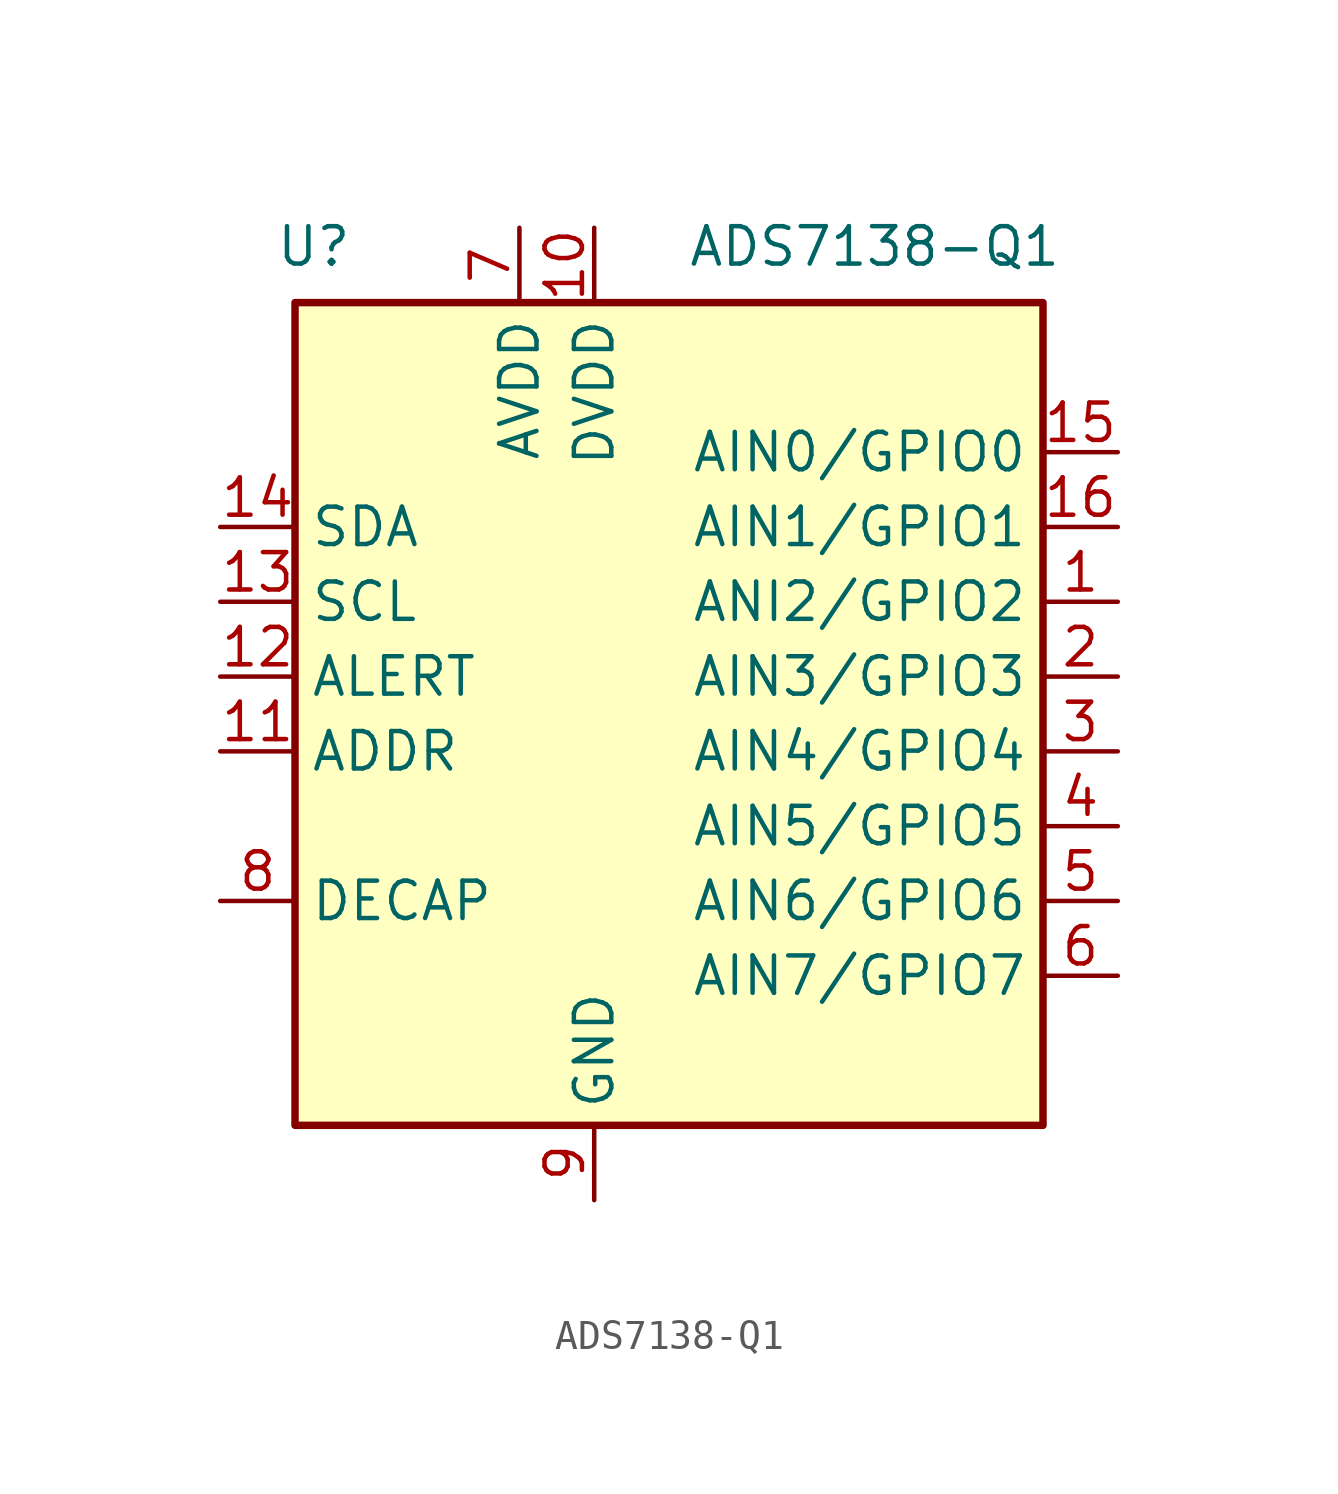
<source format=kicad_sym>
(kicad_symbol_lib
  (version 20220914)
  (generator kicad_symbol_editor)
  (symbol "ADS7138-Q1"
    (property "Reference" "U"
      (at -12.065 14.605 0)
      (effects (font (size 1.27 1.27))))
    (property "Value" "ADS7138-Q1"
      (at 6.985 14.605 0)
      (effects (font (size 1.27 1.27))))
    (symbol "ADS7138-Q1_0_0"
      (pin bidirectional line (at 15.24 2.54 180) (length 2.54) (name "ANI2/GPIO2" (effects (font (size 1.27 1.27)))) (number "1" (effects (font (size 1.27 1.27)))))
      (pin power_in line (at -2.54 15.24 270) (length 2.54) (name "DVDD" (effects (font (size 1.27 1.27)))) (number "10" (effects (font (size 1.27 1.27)))))
      (pin input line (at -15.24 -2.54 0) (length 2.54) (name "ADDR" (effects (font (size 1.27 1.27)))) (number "11" (effects (font (size 1.27 1.27)))))
      (pin output line (at -15.24 0 0) (length 2.54) (name "ALERT" (effects (font (size 1.27 1.27)))) (number "12" (effects (font (size 1.27 1.27)))))
      (pin input line (at -15.24 2.54 0) (length 2.54) (name "SCL" (effects (font (size 1.27 1.27)))) (number "13" (effects (font (size 1.27 1.27)))))
      (pin bidirectional line (at -15.24 5.08 0) (length 2.54) (name "SDA" (effects (font (size 1.27 1.27)))) (number "14" (effects (font (size 1.27 1.27)))))
      (pin bidirectional line (at 15.24 7.62 180) (length 2.54) (name "AIN0/GPIO0" (effects (font (size 1.27 1.27)))) (number "15" (effects (font (size 1.27 1.27)))))
      (pin bidirectional line (at 15.24 5.08 180) (length 2.54) (name "AIN1/GPIO1" (effects (font (size 1.27 1.27)))) (number "16" (effects (font (size 1.27 1.27)))))
      (pin bidirectional line (at 15.24 0 180) (length 2.54) (name "AIN3/GPIO3" (effects (font (size 1.27 1.27)))) (number "2" (effects (font (size 1.27 1.27)))))
      (pin bidirectional line (at 15.24 -2.54 180) (length 2.54) (name "AIN4/GPIO4" (effects (font (size 1.27 1.27)))) (number "3" (effects (font (size 1.27 1.27)))))
      (pin bidirectional line (at 15.24 -5.08 180) (length 2.54) (name "AIN5/GPIO5" (effects (font (size 1.27 1.27)))) (number "4" (effects (font (size 1.27 1.27)))))
      (pin bidirectional line (at 15.24 -7.62 180) (length 2.54) (name "AIN6/GPIO6" (effects (font (size 1.27 1.27)))) (number "5" (effects (font (size 1.27 1.27)))))
      (pin bidirectional line (at 15.24 -10.16 180) (length 2.54) (name "AIN7/GPIO7" (effects (font (size 1.27 1.27)))) (number "6" (effects (font (size 1.27 1.27)))))
      (pin power_in line (at -5.08 15.24 270) (length 2.54) (name "AVDD" (effects (font (size 1.27 1.27)))) (number "7" (effects (font (size 1.27 1.27)))))
      (pin power_in line (at -15.24 -7.62 0) (length 2.54) (name "DECAP" (effects (font (size 1.27 1.27)))) (number "8" (effects (font (size 1.27 1.27)))))
      (pin power_in line (at -2.54 -17.78 90) (length 2.54) (name "GND" (effects (font (size 1.27 1.27)))) (number "9" (effects (font (size 1.27 1.27))))))
    (symbol "ADS7138-Q1_1_0"
      (pin power_in line (at -2.54 -17.78 90) (length 2.54) hide (name "EPAD" (effects (font (size 1.27 1.27)))) (number "17" (effects (font (size 1.27 1.27))))))
    (symbol "ADS7138-Q1_1_1"
      (rectangle (start -12.7 12.7) (end 12.7 -15.24) (stroke (width 0.254) (type default)) (fill (type background))))))
</source>
